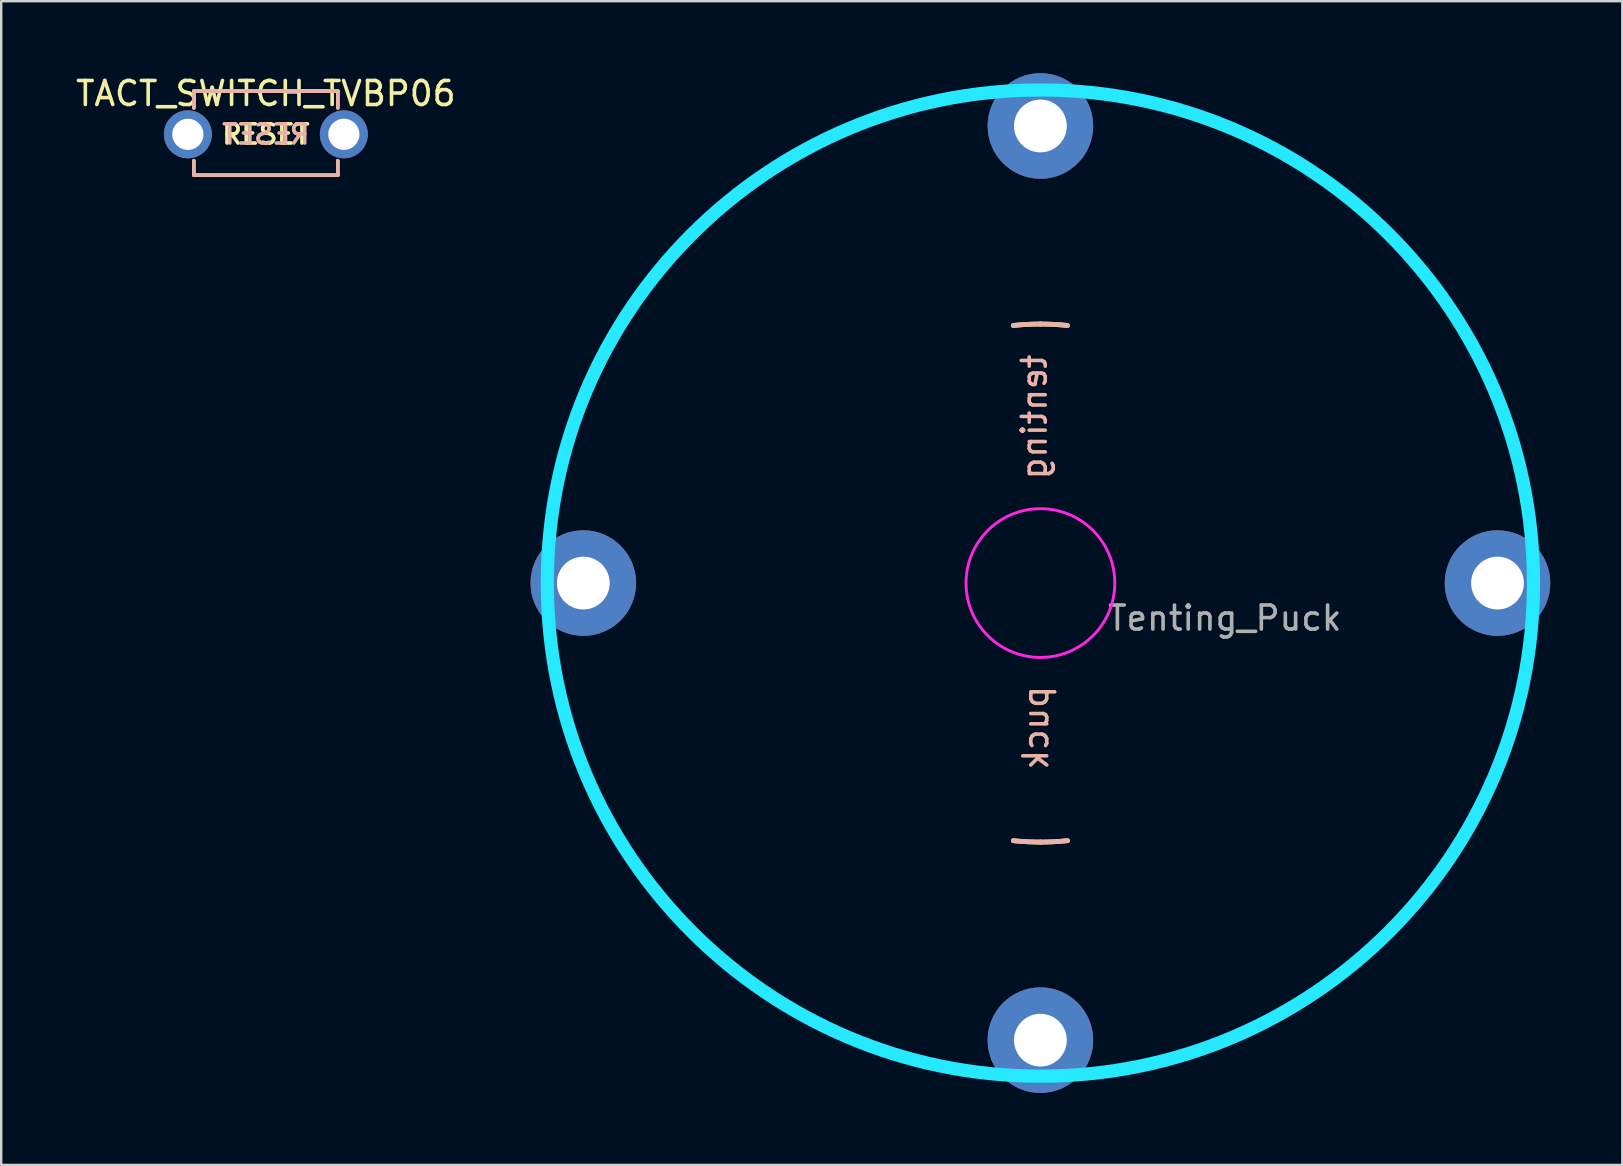
<source format=kicad_pcb>
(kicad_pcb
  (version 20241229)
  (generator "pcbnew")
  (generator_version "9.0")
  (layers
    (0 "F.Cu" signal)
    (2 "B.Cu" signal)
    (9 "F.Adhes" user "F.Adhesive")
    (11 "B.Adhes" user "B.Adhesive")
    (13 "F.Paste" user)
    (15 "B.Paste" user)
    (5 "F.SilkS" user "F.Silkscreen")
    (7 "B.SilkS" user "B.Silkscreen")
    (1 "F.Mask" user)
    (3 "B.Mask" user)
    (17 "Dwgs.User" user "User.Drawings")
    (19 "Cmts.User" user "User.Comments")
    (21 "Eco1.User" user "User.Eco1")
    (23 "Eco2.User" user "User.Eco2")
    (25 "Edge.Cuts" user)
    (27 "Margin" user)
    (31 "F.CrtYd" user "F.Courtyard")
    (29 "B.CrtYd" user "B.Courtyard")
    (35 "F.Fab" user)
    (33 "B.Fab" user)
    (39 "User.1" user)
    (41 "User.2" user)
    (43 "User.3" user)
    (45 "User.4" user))
  (footprint "Tenting_Puck"
    (layer "F.Cu")
    (at 40.31 21.25)
    (property "Reference" "Tenting_Puck" (at 7.684 1.46 0) (layer "F.Fab") (effects (font (size 1 1) (thickness 0.15))))
    (attr through_hole)
    (fp_arc (start -1.128385 -10.735864) (mid -0.564967 -10.780206) (end 0 -10.795) (stroke (width 0.2) (type solid)) (layer "F.SilkS"))
    (fp_arc (start 0 -10.795) (mid 0.564967 -10.780206) (end 1.128385 -10.735864) (stroke (width 0.2) (type solid)) (layer "F.SilkS"))
    (fp_arc (start 0 10.795) (mid -0.564967 10.780206) (end -1.128385 10.735864) (stroke (width 0.2) (type solid)) (layer "F.SilkS"))
    (fp_arc (start 1.128385 10.735864) (mid 0.564967 10.780206) (end 0 10.795) (stroke (width 0.2) (type solid)) (layer "F.SilkS"))
    (fp_arc (start -1.128385 -10.735864) (mid -0.564967 -10.780206) (end 0 -10.795) (stroke (width 0.2) (type solid)) (layer "B.SilkS"))
    (fp_arc (start 0 -10.795) (mid 0.564967 -10.780206) (end 1.128385 -10.735864) (stroke (width 0.2) (type solid)) (layer "B.SilkS"))
    (fp_arc (start 0 10.795) (mid -0.564967 10.780206) (end -1.128385 10.735864) (stroke (width 0.2) (type solid)) (layer "B.SilkS"))
    (fp_arc (start 1.128385 10.735864) (mid 0.564967 10.780206) (end 0 10.795) (stroke (width 0.2) (type solid)) (layer "B.SilkS"))
    (fp_circle (center 0 0) (end 20.55 0) (stroke (width 0.55) (type solid)) (fill no) (layer "B.CrtYd"))
    (fp_circle (center 0 0) (end 3.1 0) (stroke (width 0.12) (type solid)) (fill no) (layer "F.CrtYd"))
    (fp_text user "tenting" (at -0.254 -6.921 90) (layer "B.SilkS") (effects (font (size 1 1) (thickness 0.15)) (justify mirror)))
    (fp_text user "puck" (at -0.191 6.032 90) (unlocked yes) (layer "B.SilkS") (effects (font (size 1 1) (thickness 0.15)) (justify mirror)))
    (pad "" thru_hole circle (at -19.05 0) (size 4.4 4.4) (drill 2.2) (layers "*.Cu" "*.Mask"))
    (pad "" thru_hole circle (at 0 -19.05) (size 4.4 4.4) (drill 2.2) (layers "*.Cu" "*.Mask"))
    (pad "" thru_hole circle (at 0 19.05) (size 4.4 4.4) (drill 2.2) (layers "*.Cu" "*.Mask"))
    (pad "" thru_hole circle (at 19.05 0) (size 4.4 4.4) (drill 2.2) (layers "*.Cu" "*.Mask")))
  (footprint "TACT_SWITCH_TVBP06"
    (layer "F.Cu")
    (at 8.03 2.548)
    (property "Reference" "TACT_SWITCH_TVBP06" (at 0 -1.7 0) (layer "F.SilkS") (effects (font (size 1 1) (thickness 0.15))))
    (attr through_hole)
    (fp_line (start -3 -1.8) (end -3 -1.1) (stroke (width 0.15) (type solid)) (layer "F.SilkS"))
    (fp_line (start -3 1.7) (end -3 1.1) (stroke (width 0.15) (type solid)) (layer "F.SilkS"))
    (fp_line (start -3 1.7) (end 3 1.7) (stroke (width 0.15) (type solid)) (layer "F.SilkS"))
    (fp_line (start 3 -1.8) (end -3 -1.8) (stroke (width 0.15) (type solid)) (layer "F.SilkS"))
    (fp_line (start 3 -1.8) (end 3 -1.1) (stroke (width 0.15) (type solid)) (layer "F.SilkS"))
    (fp_line (start 3 1.7) (end 3 1.1) (stroke (width 0.15) (type solid)) (layer "F.SilkS"))
    (fp_line (start -3 -1.8) (end -3 -1.1) (stroke (width 0.15) (type solid)) (layer "B.SilkS"))
    (fp_line (start -3 -1.8) (end 2.9 -1.8) (stroke (width 0.15) (type solid)) (layer "B.SilkS"))
    (fp_line (start -3 -1.8) (end 3 -1.8) (stroke (width 0.15) (type solid)) (layer "B.SilkS"))
    (fp_line (start -3 1.7) (end -3 1.1) (stroke (width 0.15) (type solid)) (layer "B.SilkS"))
    (fp_line (start 3 -1.8) (end 3 -1.1) (stroke (width 0.15) (type solid)) (layer "B.SilkS"))
    (fp_line (start 3 1.7) (end -3 1.7) (stroke (width 0.15) (type solid)) (layer "B.SilkS"))
    (fp_line (start 3 1.7) (end 3 1.1) (stroke (width 0.15) (type solid)) (layer "B.SilkS"))
    (fp_text user "RESET" (at 0 0 180) (layer "F.SilkS") (effects (font (size 0.8 0.8) (thickness 0.15))))
    (fp_text user "RESET" (at 0 0 0) (layer "B.SilkS") (effects (font (size 0.8 0.8) (thickness 0.15)) (justify mirror)))
    (pad "1" thru_hole circle (at -3.25 0) (size 2 2) (drill 1.3) (layers "*.Cu" "*.Mask"))
    (pad "2" thru_hole circle (at 3.25 0) (size 2 2) (drill 1.3) (layers "*.Cu" "*.Mask")))
  (gr_rect
    (start -3 -3)
    (end 64.56 45.5)
    (stroke (width 0.1) (type default))
    (fill no)
    (layer "Edge.Cuts")))
</source>
